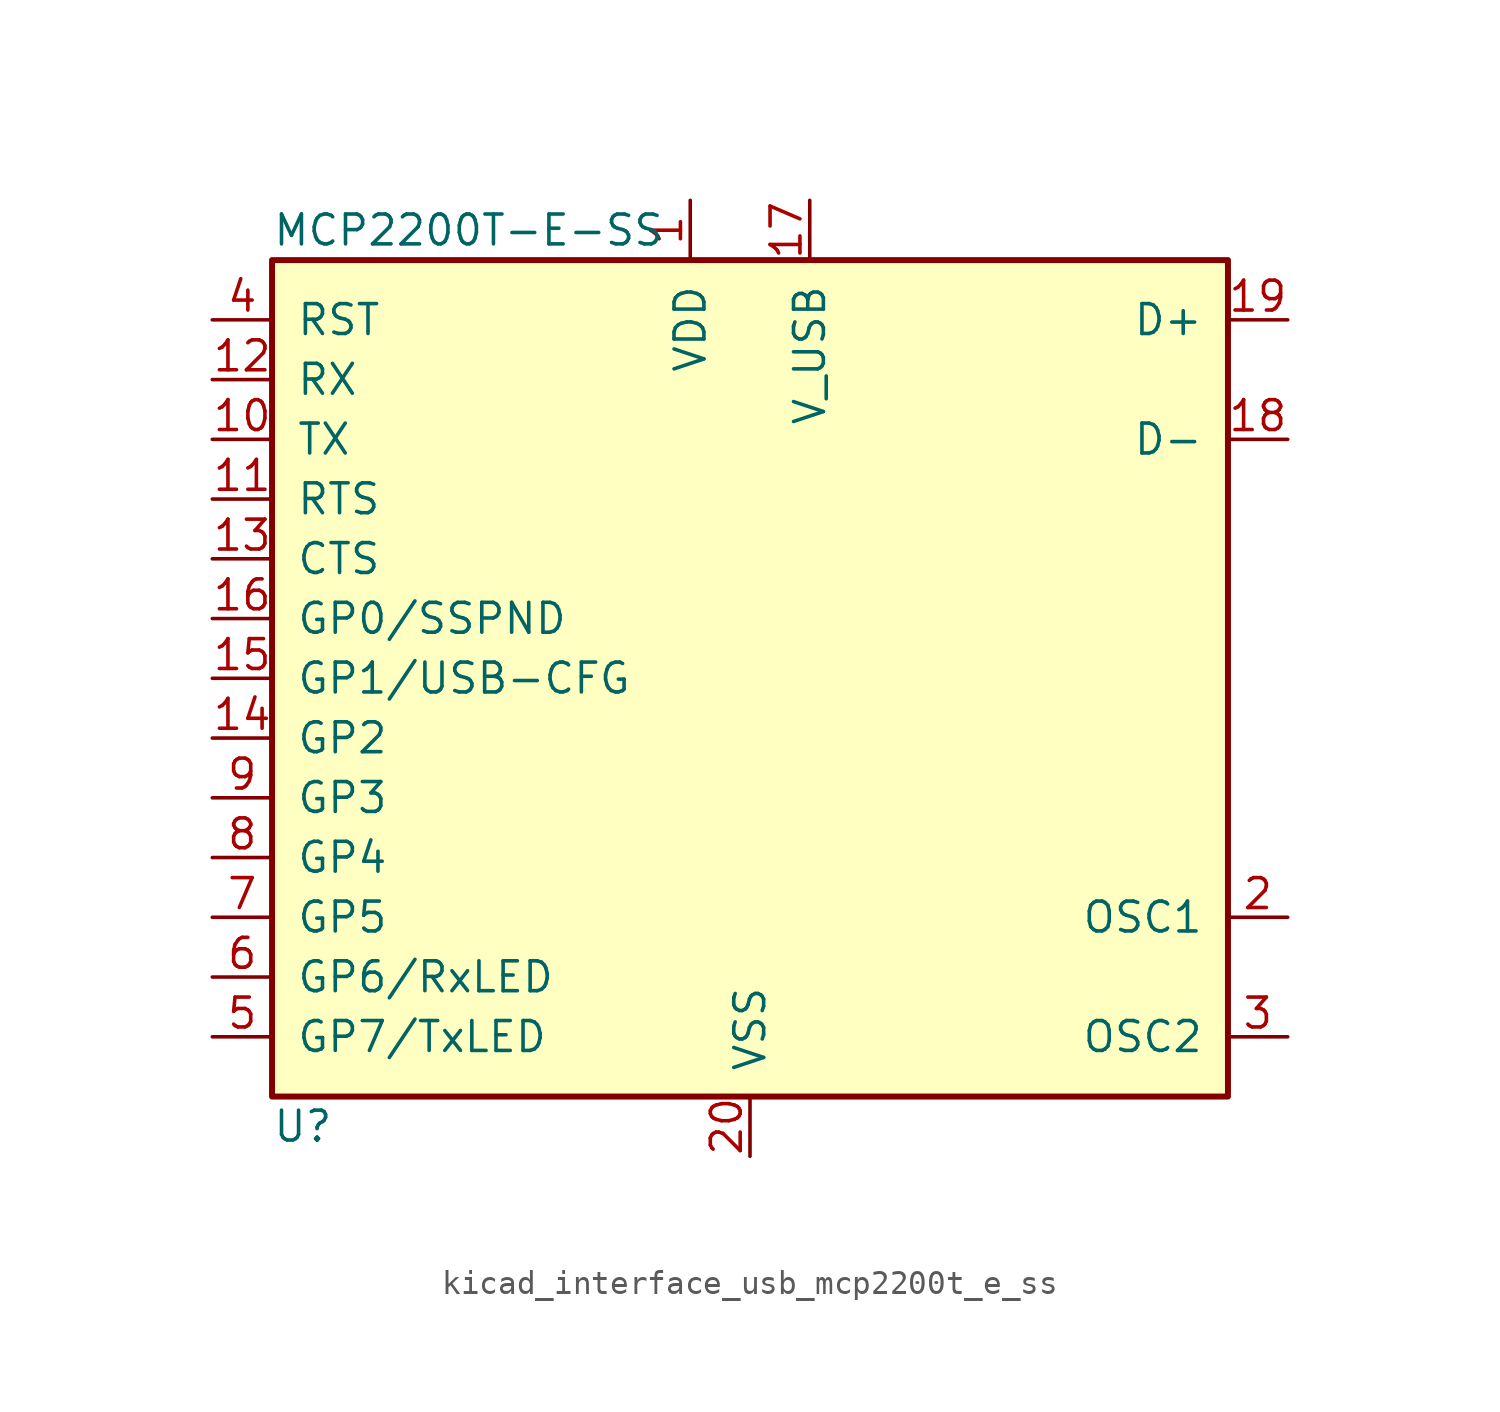
<source format=kicad_sym>
(kicad_symbol_lib
  (version 20220914)
  (generator kicad_symbol_editor)
  (symbol "kicad_interface_usb_mcp2200t_e_ss"
    (pin_names
      (offset 1.016))
    (property "Reference" "U"
      (at -20.32 -19.05 0)
      (effects (font (size 1.27 1.27)) (justify left)))
    (property "Value" "MCP2200T-E-SS"
      (at -20.32 19.05 0)
      (effects (font (size 1.27 1.27)) (justify left)))
    (symbol "kicad_interface_usb_mcp2200t_e_ss_0_1"
      (rectangle (start -20.32 17.78) (end 20.32 -17.78) (stroke (width 0.254) (type default)) (fill (type background))))
    (symbol "kicad_interface_usb_mcp2200t_e_ss_1_1"
      (pin power_in line (at -2.54 20.32 270) (length 2.54) (name "VDD" (effects (font (size 1.27 1.27)))) (number "1" (effects (font (size 1.27 1.27)))))
      (pin output line (at -22.86 10.16 0) (length 2.54) (name "TX" (effects (font (size 1.27 1.27)))) (number "10" (effects (font (size 1.27 1.27)))))
      (pin output line (at -22.86 7.62 0) (length 2.54) (name "RTS" (effects (font (size 1.27 1.27)))) (number "11" (effects (font (size 1.27 1.27)))))
      (pin input line (at -22.86 12.7 0) (length 2.54) (name "RX" (effects (font (size 1.27 1.27)))) (number "12" (effects (font (size 1.27 1.27)))))
      (pin input line (at -22.86 5.08 0) (length 2.54) (name "CTS" (effects (font (size 1.27 1.27)))) (number "13" (effects (font (size 1.27 1.27)))))
      (pin bidirectional line (at -22.86 -2.54 0) (length 2.54) (name "GP2" (effects (font (size 1.27 1.27)))) (number "14" (effects (font (size 1.27 1.27)))))
      (pin bidirectional line (at -22.86 0 0) (length 2.54) (name "GP1/USB-CFG" (effects (font (size 1.27 1.27)))) (number "15" (effects (font (size 1.27 1.27)))))
      (pin bidirectional line (at -22.86 2.54 0) (length 2.54) (name "GP0/SSPND" (effects (font (size 1.27 1.27)))) (number "16" (effects (font (size 1.27 1.27)))))
      (pin power_in line (at 2.54 20.32 270) (length 2.54) (name "V_USB" (effects (font (size 1.27 1.27)))) (number "17" (effects (font (size 1.27 1.27)))))
      (pin bidirectional line (at 22.86 10.16 180) (length 2.54) (name "D-" (effects (font (size 1.27 1.27)))) (number "18" (effects (font (size 1.27 1.27)))))
      (pin bidirectional line (at 22.86 15.24 180) (length 2.54) (name "D+" (effects (font (size 1.27 1.27)))) (number "19" (effects (font (size 1.27 1.27)))))
      (pin input line (at 22.86 -10.16 180) (length 2.54) (name "OSC1" (effects (font (size 1.27 1.27)))) (number "2" (effects (font (size 1.27 1.27)))))
      (pin power_in line (at 0 -20.32 90) (length 2.54) (name "VSS" (effects (font (size 1.27 1.27)))) (number "20" (effects (font (size 1.27 1.27)))))
      (pin output line (at 22.86 -15.24 180) (length 2.54) (name "OSC2" (effects (font (size 1.27 1.27)))) (number "3" (effects (font (size 1.27 1.27)))))
      (pin input line (at -22.86 15.24 0) (length 2.54) (name "RST" (effects (font (size 1.27 1.27)))) (number "4" (effects (font (size 1.27 1.27)))))
      (pin bidirectional line (at -22.86 -15.24 0) (length 2.54) (name "GP7/TxLED" (effects (font (size 1.27 1.27)))) (number "5" (effects (font (size 1.27 1.27)))))
      (pin bidirectional line (at -22.86 -12.7 0) (length 2.54) (name "GP6/RxLED" (effects (font (size 1.27 1.27)))) (number "6" (effects (font (size 1.27 1.27)))))
      (pin bidirectional line (at -22.86 -10.16 0) (length 2.54) (name "GP5" (effects (font (size 1.27 1.27)))) (number "7" (effects (font (size 1.27 1.27)))))
      (pin bidirectional line (at -22.86 -7.62 0) (length 2.54) (name "GP4" (effects (font (size 1.27 1.27)))) (number "8" (effects (font (size 1.27 1.27)))))
      (pin bidirectional line (at -22.86 -5.08 0) (length 2.54) (name "GP3" (effects (font (size 1.27 1.27)))) (number "9" (effects (font (size 1.27 1.27))))))))
</source>
